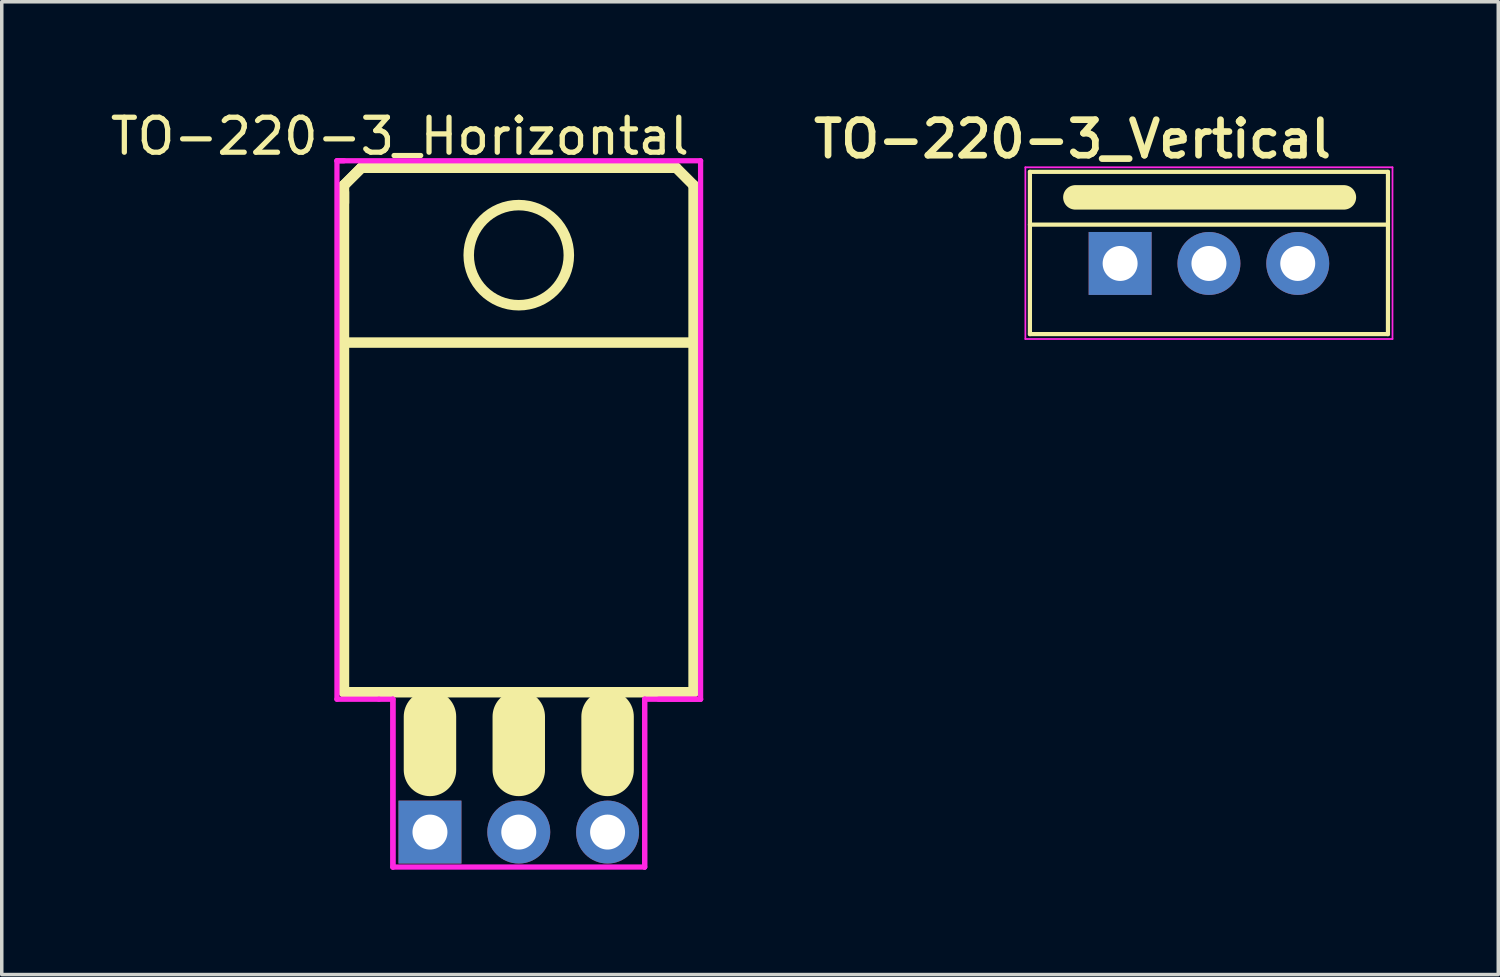
<source format=kicad_pcb>
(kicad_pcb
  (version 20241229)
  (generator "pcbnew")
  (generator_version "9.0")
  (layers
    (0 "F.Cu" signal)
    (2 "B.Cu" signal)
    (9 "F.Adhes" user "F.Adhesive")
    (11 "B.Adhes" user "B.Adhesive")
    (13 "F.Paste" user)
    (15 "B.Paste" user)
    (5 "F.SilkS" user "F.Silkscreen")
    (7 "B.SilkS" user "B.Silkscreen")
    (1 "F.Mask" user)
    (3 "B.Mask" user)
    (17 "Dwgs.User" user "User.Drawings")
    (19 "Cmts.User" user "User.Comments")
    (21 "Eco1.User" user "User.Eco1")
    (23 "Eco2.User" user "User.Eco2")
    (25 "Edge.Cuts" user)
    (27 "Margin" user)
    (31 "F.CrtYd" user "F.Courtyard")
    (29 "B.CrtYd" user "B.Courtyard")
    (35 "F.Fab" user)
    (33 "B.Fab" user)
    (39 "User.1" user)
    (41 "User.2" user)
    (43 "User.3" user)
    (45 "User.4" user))
  (footprint "TO-220-3_Horizontal"
    (layer "F.Cu")
    (at 11.787 20.748)
    (property "Reference" "TO-220-3_Horizontal" (at -3.4 -19.9 0) (layer "F.SilkS") (effects (font (size 1 1) (thickness 0.15))))
    (attr through_hole)
    (fp_line (start -5 -18.5) (end -4.5 -19) (stroke (width 0.3) (type solid)) (layer "F.SilkS"))
    (fp_line (start -5 -18.5) (end -4.5 -19) (stroke (width 0.3) (type solid)) (layer "F.SilkS"))
    (fp_line (start -5 -18.3) (end -5 -18.5) (stroke (width 0.15) (type solid)) (layer "F.SilkS"))
    (fp_line (start -5 -18) (end -5 -18.5) (stroke (width 0.3) (type solid)) (layer "F.SilkS"))
    (fp_line (start -5 -14) (end -5 -18.3) (stroke (width 0.3) (type solid)) (layer "F.SilkS"))
    (fp_line (start -5 -14) (end 5 -14) (stroke (width 0.3) (type solid)) (layer "F.SilkS"))
    (fp_line (start -5 -4) (end -5 -14) (stroke (width 0.3) (type solid)) (layer "F.SilkS"))
    (fp_line (start -5 -4) (end 5 -4) (stroke (width 0.3) (type solid)) (layer "F.SilkS"))
    (fp_line (start -4.5 -19) (end -4.1 -19) (stroke (width 0.15) (type solid)) (layer "F.SilkS"))
    (fp_line (start -4.5 -19) (end -3.3 -19) (stroke (width 0.3) (type solid)) (layer "F.SilkS"))
    (fp_line (start -4.3 -19) (end 3.8 -19) (stroke (width 0.3) (type solid)) (layer "F.SilkS"))
    (fp_line (start -2.54 -3.302) (end -2.54 -1.778) (stroke (width 1.5) (type solid)) (layer "F.SilkS"))
    (fp_line (start 0 -3.302) (end 0 -1.778) (stroke (width 1.5) (type solid)) (layer "F.SilkS"))
    (fp_line (start 2.54 -3.302) (end 2.54 -1.778) (stroke (width 1.5) (type solid)) (layer "F.SilkS"))
    (fp_line (start 3.7 -19) (end 4.5 -19) (stroke (width 0.3) (type solid)) (layer "F.SilkS"))
    (fp_line (start 4.5 -19) (end 5 -18.5) (stroke (width 0.3) (type solid)) (layer "F.SilkS"))
    (fp_line (start 5 -18.5) (end 5 -14) (stroke (width 0.3) (type solid)) (layer "F.SilkS"))
    (fp_line (start 5 -4) (end 5 -14) (stroke (width 0.3) (type solid)) (layer "F.SilkS"))
    (fp_circle (center 0 -16.5) (end 0.6 -15.2) (stroke (width 0.3) (type solid)) (fill no) (layer "F.SilkS"))
    (fp_line (start -5.2 -19.2) (end -5.2 -3.8) (stroke (width 0.15) (type solid)) (layer "F.CrtYd"))
    (fp_line (start -5.2 -3.8) (end -4 -3.8) (stroke (width 0.15) (type solid)) (layer "F.CrtYd"))
    (fp_line (start -5 -19.2) (end -5.2 -19.2) (stroke (width 0.15) (type solid)) (layer "F.CrtYd"))
    (fp_line (start -4 -3.8) (end -3.6 -3.8) (stroke (width 0.15) (type solid)) (layer "F.CrtYd"))
    (fp_line (start -3.6 -3.8) (end -3.6 1) (stroke (width 0.15) (type solid)) (layer "F.CrtYd"))
    (fp_line (start -3.6 -3.8) (end -3.6 1) (stroke (width 0.15) (type solid)) (layer "F.CrtYd"))
    (fp_line (start -3.6 1) (end 3.6 1) (stroke (width 0.15) (type solid)) (layer "F.CrtYd"))
    (fp_line (start 3.6 -3.8) (end 5.2 -3.8) (stroke (width 0.15) (type solid)) (layer "F.CrtYd"))
    (fp_line (start 3.6 1) (end 3.6 -3.8) (stroke (width 0.15) (type solid)) (layer "F.CrtYd"))
    (fp_line (start 3.6 1) (end 3.6 -3.8) (stroke (width 0.15) (type solid)) (layer "F.CrtYd"))
    (fp_line (start 4 -3.8) (end 5.2 -3.8) (stroke (width 0.15) (type solid)) (layer "F.CrtYd"))
    (fp_line (start 5.2 -19.2) (end -5.2 -19.2) (stroke (width 0.15) (type solid)) (layer "F.CrtYd"))
    (fp_line (start 5.2 -3.8) (end 5.2 -19.2) (stroke (width 0.15) (type solid)) (layer "F.CrtYd"))
    (pad "1" thru_hole rect (at -2.54 0) (size 1.8 1.8) (drill 1) (layers "*.Cu" "*.Mask"))
    (pad "2" thru_hole oval (at 0 0) (size 1.8 1.8) (drill 1) (layers "*.Cu" "*.Mask"))
    (pad "3" thru_hole oval (at 2.54 0) (size 1.8 1.8) (drill 1) (layers "*.Cu" "*.Mask")))
  (footprint "TO-220-3_Vertical"
    (layer "F.Cu")
    (at 31.526 4.485)
    (property "Reference" "TO-220-3_Vertical" (at -3.902 -3.556 0) (layer "F.SilkS") (effects (font (size 1.016 1.016) (thickness 0.191))))
    (attr through_hole)
    (fp_line (start -5.12 -2.62) (end -5.12 2.021) (stroke (width 0.12) (type solid)) (layer "F.SilkS"))
    (fp_line (start -5.12 -2.62) (end 5.12 -2.62) (stroke (width 0.12) (type solid)) (layer "F.SilkS"))
    (fp_line (start -5.12 -1.11) (end 5.12 -1.11) (stroke (width 0.12) (type solid)) (layer "F.SilkS"))
    (fp_line (start -5.12 2.021) (end 5.12 2.021) (stroke (width 0.12) (type solid)) (layer "F.SilkS"))
    (fp_line (start -3.82 -1.89) (end 3.86 -1.89) (stroke (width 0.7) (type solid)) (layer "F.SilkS"))
    (fp_line (start 5.12 -2.62) (end 5.12 2.021) (stroke (width 0.12) (type solid)) (layer "F.SilkS"))
    (fp_line (start -5.25 -2.75) (end -5.25 2.16) (stroke (width 0.05) (type solid)) (layer "F.CrtYd"))
    (fp_line (start -5.25 2.16) (end 5.25 2.16) (stroke (width 0.05) (type solid)) (layer "F.CrtYd"))
    (fp_line (start 5.25 -2.75) (end -5.25 -2.75) (stroke (width 0.05) (type solid)) (layer "F.CrtYd"))
    (fp_line (start 5.25 2.16) (end 5.25 -2.75) (stroke (width 0.05) (type solid)) (layer "F.CrtYd"))
    (pad "1" thru_hole rect (at -2.54 0) (size 1.8 1.8) (drill 1) (layers "*.Cu" "*.Mask"))
    (pad "2" thru_hole oval (at 0 0) (size 1.8 1.8) (drill 1) (layers "*.Cu" "*.Mask"))
    (pad "3" thru_hole oval (at 2.54 0) (size 1.8 1.8) (drill 1) (layers "*.Cu" "*.Mask")))
  (gr_rect
    (start -3 -3)
    (end 39.801 24.823)
    (stroke (width 0.1) (type default))
    (fill no)
    (layer "Edge.Cuts")))
</source>
